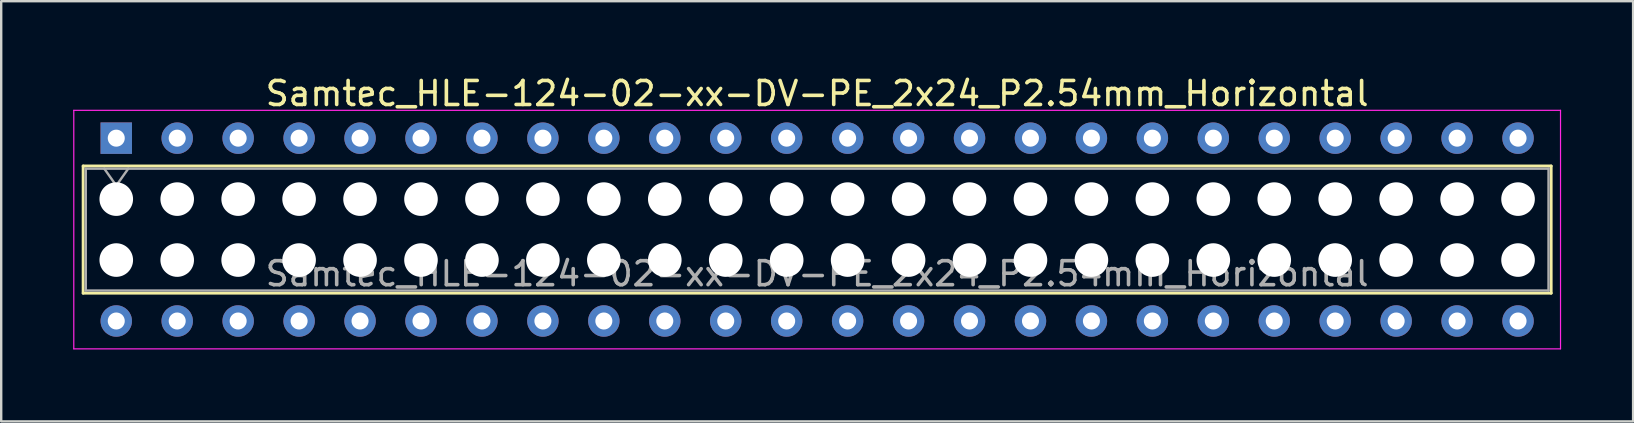
<source format=kicad_pcb>
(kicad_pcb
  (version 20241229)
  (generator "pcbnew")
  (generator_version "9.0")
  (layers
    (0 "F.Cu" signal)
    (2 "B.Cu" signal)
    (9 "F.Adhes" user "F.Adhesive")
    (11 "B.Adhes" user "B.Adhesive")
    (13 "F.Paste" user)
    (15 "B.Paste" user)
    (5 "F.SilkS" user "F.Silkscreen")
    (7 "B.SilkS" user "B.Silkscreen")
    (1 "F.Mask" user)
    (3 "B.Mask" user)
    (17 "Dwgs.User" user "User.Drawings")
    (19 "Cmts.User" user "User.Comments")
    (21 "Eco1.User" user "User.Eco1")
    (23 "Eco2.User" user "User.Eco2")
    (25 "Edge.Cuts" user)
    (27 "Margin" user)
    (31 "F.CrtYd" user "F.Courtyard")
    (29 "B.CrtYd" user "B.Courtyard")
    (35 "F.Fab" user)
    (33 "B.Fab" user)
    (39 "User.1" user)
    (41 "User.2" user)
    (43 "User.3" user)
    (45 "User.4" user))
  (footprint "Samtec_HLE-124-02-xx-DV-PE_2x24_P2.54mm_Horizontal"
    (layer "F.Cu")
    (at 1.795 2.708)
    (property "Reference" "Samtec_HLE-124-02-xx-DV-PE_2x24_P2.54mm_Horizontal" (at 29.21 -1.86 0) (layer "F.SilkS") (effects (font (size 1 1) (thickness 0.15))))
    (attr through_hole)
    (fp_line (start -1.38 1.16) (end 59.8 1.16) (stroke (width 0.12) (type solid)) (layer "F.SilkS"))
    (fp_line (start -1.38 6.46) (end -1.38 1.16) (stroke (width 0.12) (type solid)) (layer "F.SilkS"))
    (fp_line (start 59.8 1.16) (end 59.8 6.46) (stroke (width 0.12) (type solid)) (layer "F.SilkS"))
    (fp_line (start 59.8 6.46) (end -1.38 6.46) (stroke (width 0.12) (type solid)) (layer "F.SilkS"))
    (fp_line (start -1.77 -1.16) (end 60.19 -1.16) (stroke (width 0.05) (type solid)) (layer "F.CrtYd"))
    (fp_line (start -1.77 8.78) (end -1.77 -1.16) (stroke (width 0.05) (type solid)) (layer "F.CrtYd"))
    (fp_line (start 60.19 -1.16) (end 60.19 8.78) (stroke (width 0.05) (type solid)) (layer "F.CrtYd"))
    (fp_line (start 60.19 8.78) (end -1.77 8.78) (stroke (width 0.05) (type solid)) (layer "F.CrtYd"))
    (fp_line (start -1.27 1.27) (end 59.69 1.27) (stroke (width 0.1) (type solid)) (layer "F.Fab"))
    (fp_line (start -1.27 6.35) (end -1.27 1.27) (stroke (width 0.1) (type solid)) (layer "F.Fab"))
    (fp_line (start -0.5 1.27) (end 0 1.977) (stroke (width 0.1) (type solid)) (layer "F.Fab"))
    (fp_line (start 0 1.977) (end 0.5 1.27) (stroke (width 0.1) (type solid)) (layer "F.Fab"))
    (fp_line (start 59.69 1.27) (end 59.69 6.35) (stroke (width 0.1) (type solid)) (layer "F.Fab"))
    (fp_line (start 59.69 6.35) (end -1.27 6.35) (stroke (width 0.1) (type solid)) (layer "F.Fab"))
    (fp_text user "${REFERENCE}" (at 29.21 5.65 0) (layer "F.Fab") (effects (font (size 1 1) (thickness 0.15))))
    (pad "" np_thru_hole circle (at 0 2.54) (size 1.4 1.4) (drill 1.4) (layers "*.Cu" "*.Mask"))
    (pad "" np_thru_hole circle (at 0 5.08) (size 1.4 1.4) (drill 1.4) (layers "*.Cu" "*.Mask"))
    (pad "" np_thru_hole circle (at 2.54 2.54) (size 1.4 1.4) (drill 1.4) (layers "*.Cu" "*.Mask"))
    (pad "" np_thru_hole circle (at 2.54 5.08) (size 1.4 1.4) (drill 1.4) (layers "*.Cu" "*.Mask"))
    (pad "" np_thru_hole circle (at 5.08 2.54) (size 1.4 1.4) (drill 1.4) (layers "*.Cu" "*.Mask"))
    (pad "" np_thru_hole circle (at 5.08 5.08) (size 1.4 1.4) (drill 1.4) (layers "*.Cu" "*.Mask"))
    (pad "" np_thru_hole circle (at 7.62 2.54) (size 1.4 1.4) (drill 1.4) (layers "*.Cu" "*.Mask"))
    (pad "" np_thru_hole circle (at 7.62 5.08) (size 1.4 1.4) (drill 1.4) (layers "*.Cu" "*.Mask"))
    (pad "" np_thru_hole circle (at 10.16 2.54) (size 1.4 1.4) (drill 1.4) (layers "*.Cu" "*.Mask"))
    (pad "" np_thru_hole circle (at 10.16 5.08) (size 1.4 1.4) (drill 1.4) (layers "*.Cu" "*.Mask"))
    (pad "" np_thru_hole circle (at 12.7 2.54) (size 1.4 1.4) (drill 1.4) (layers "*.Cu" "*.Mask"))
    (pad "" np_thru_hole circle (at 12.7 5.08) (size 1.4 1.4) (drill 1.4) (layers "*.Cu" "*.Mask"))
    (pad "" np_thru_hole circle (at 15.24 2.54) (size 1.4 1.4) (drill 1.4) (layers "*.Cu" "*.Mask"))
    (pad "" np_thru_hole circle (at 15.24 5.08) (size 1.4 1.4) (drill 1.4) (layers "*.Cu" "*.Mask"))
    (pad "" np_thru_hole circle (at 17.78 2.54) (size 1.4 1.4) (drill 1.4) (layers "*.Cu" "*.Mask"))
    (pad "" np_thru_hole circle (at 17.78 5.08) (size 1.4 1.4) (drill 1.4) (layers "*.Cu" "*.Mask"))
    (pad "" np_thru_hole circle (at 20.32 2.54) (size 1.4 1.4) (drill 1.4) (layers "*.Cu" "*.Mask"))
    (pad "" np_thru_hole circle (at 20.32 5.08) (size 1.4 1.4) (drill 1.4) (layers "*.Cu" "*.Mask"))
    (pad "" np_thru_hole circle (at 22.86 2.54) (size 1.4 1.4) (drill 1.4) (layers "*.Cu" "*.Mask"))
    (pad "" np_thru_hole circle (at 22.86 5.08) (size 1.4 1.4) (drill 1.4) (layers "*.Cu" "*.Mask"))
    (pad "" np_thru_hole circle (at 25.4 2.54) (size 1.4 1.4) (drill 1.4) (layers "*.Cu" "*.Mask"))
    (pad "" np_thru_hole circle (at 25.4 5.08) (size 1.4 1.4) (drill 1.4) (layers "*.Cu" "*.Mask"))
    (pad "" np_thru_hole circle (at 27.94 2.54) (size 1.4 1.4) (drill 1.4) (layers "*.Cu" "*.Mask"))
    (pad "" np_thru_hole circle (at 27.94 5.08) (size 1.4 1.4) (drill 1.4) (layers "*.Cu" "*.Mask"))
    (pad "" np_thru_hole circle (at 30.48 2.54) (size 1.4 1.4) (drill 1.4) (layers "*.Cu" "*.Mask"))
    (pad "" np_thru_hole circle (at 30.48 5.08) (size 1.4 1.4) (drill 1.4) (layers "*.Cu" "*.Mask"))
    (pad "" np_thru_hole circle (at 33.02 2.54) (size 1.4 1.4) (drill 1.4) (layers "*.Cu" "*.Mask"))
    (pad "" np_thru_hole circle (at 33.02 5.08) (size 1.4 1.4) (drill 1.4) (layers "*.Cu" "*.Mask"))
    (pad "" np_thru_hole circle (at 35.56 2.54) (size 1.4 1.4) (drill 1.4) (layers "*.Cu" "*.Mask"))
    (pad "" np_thru_hole circle (at 35.56 5.08) (size 1.4 1.4) (drill 1.4) (layers "*.Cu" "*.Mask"))
    (pad "" np_thru_hole circle (at 38.1 2.54) (size 1.4 1.4) (drill 1.4) (layers "*.Cu" "*.Mask"))
    (pad "" np_thru_hole circle (at 38.1 5.08) (size 1.4 1.4) (drill 1.4) (layers "*.Cu" "*.Mask"))
    (pad "" np_thru_hole circle (at 40.64 2.54) (size 1.4 1.4) (drill 1.4) (layers "*.Cu" "*.Mask"))
    (pad "" np_thru_hole circle (at 40.64 5.08) (size 1.4 1.4) (drill 1.4) (layers "*.Cu" "*.Mask"))
    (pad "" np_thru_hole circle (at 43.18 2.54) (size 1.4 1.4) (drill 1.4) (layers "*.Cu" "*.Mask"))
    (pad "" np_thru_hole circle (at 43.18 5.08) (size 1.4 1.4) (drill 1.4) (layers "*.Cu" "*.Mask"))
    (pad "" np_thru_hole circle (at 45.72 2.54) (size 1.4 1.4) (drill 1.4) (layers "*.Cu" "*.Mask"))
    (pad "" np_thru_hole circle (at 45.72 5.08) (size 1.4 1.4) (drill 1.4) (layers "*.Cu" "*.Mask"))
    (pad "" np_thru_hole circle (at 48.26 2.54) (size 1.4 1.4) (drill 1.4) (layers "*.Cu" "*.Mask"))
    (pad "" np_thru_hole circle (at 48.26 5.08) (size 1.4 1.4) (drill 1.4) (layers "*.Cu" "*.Mask"))
    (pad "" np_thru_hole circle (at 50.8 2.54) (size 1.4 1.4) (drill 1.4) (layers "*.Cu" "*.Mask"))
    (pad "" np_thru_hole circle (at 50.8 5.08) (size 1.4 1.4) (drill 1.4) (layers "*.Cu" "*.Mask"))
    (pad "" np_thru_hole circle (at 53.34 2.54) (size 1.4 1.4) (drill 1.4) (layers "*.Cu" "*.Mask"))
    (pad "" np_thru_hole circle (at 53.34 5.08) (size 1.4 1.4) (drill 1.4) (layers "*.Cu" "*.Mask"))
    (pad "" np_thru_hole circle (at 55.88 2.54) (size 1.4 1.4) (drill 1.4) (layers "*.Cu" "*.Mask"))
    (pad "" np_thru_hole circle (at 55.88 5.08) (size 1.4 1.4) (drill 1.4) (layers "*.Cu" "*.Mask"))
    (pad "" np_thru_hole circle (at 58.42 2.54) (size 1.4 1.4) (drill 1.4) (layers "*.Cu" "*.Mask"))
    (pad "" np_thru_hole circle (at 58.42 5.08) (size 1.4 1.4) (drill 1.4) (layers "*.Cu" "*.Mask"))
    (pad "1" thru_hole rect (at 0 0) (size 1.31 1.31) (drill 0.71) (layers "*.Cu" "*.Mask"))
    (pad "2" thru_hole circle (at 0 7.62) (size 1.31 1.31) (drill 0.71) (layers "*.Cu" "*.Mask"))
    (pad "3" thru_hole circle (at 2.54 0) (size 1.31 1.31) (drill 0.71) (layers "*.Cu" "*.Mask"))
    (pad "4" thru_hole circle (at 2.54 7.62) (size 1.31 1.31) (drill 0.71) (layers "*.Cu" "*.Mask"))
    (pad "5" thru_hole circle (at 5.08 0) (size 1.31 1.31) (drill 0.71) (layers "*.Cu" "*.Mask"))
    (pad "6" thru_hole circle (at 5.08 7.62) (size 1.31 1.31) (drill 0.71) (layers "*.Cu" "*.Mask"))
    (pad "7" thru_hole circle (at 7.62 0) (size 1.31 1.31) (drill 0.71) (layers "*.Cu" "*.Mask"))
    (pad "8" thru_hole circle (at 7.62 7.62) (size 1.31 1.31) (drill 0.71) (layers "*.Cu" "*.Mask"))
    (pad "9" thru_hole circle (at 10.16 0) (size 1.31 1.31) (drill 0.71) (layers "*.Cu" "*.Mask"))
    (pad "10" thru_hole circle (at 10.16 7.62) (size 1.31 1.31) (drill 0.71) (layers "*.Cu" "*.Mask"))
    (pad "11" thru_hole circle (at 12.7 0) (size 1.31 1.31) (drill 0.71) (layers "*.Cu" "*.Mask"))
    (pad "12" thru_hole circle (at 12.7 7.62) (size 1.31 1.31) (drill 0.71) (layers "*.Cu" "*.Mask"))
    (pad "13" thru_hole circle (at 15.24 0) (size 1.31 1.31) (drill 0.71) (layers "*.Cu" "*.Mask"))
    (pad "14" thru_hole circle (at 15.24 7.62) (size 1.31 1.31) (drill 0.71) (layers "*.Cu" "*.Mask"))
    (pad "15" thru_hole circle (at 17.78 0) (size 1.31 1.31) (drill 0.71) (layers "*.Cu" "*.Mask"))
    (pad "16" thru_hole circle (at 17.78 7.62) (size 1.31 1.31) (drill 0.71) (layers "*.Cu" "*.Mask"))
    (pad "17" thru_hole circle (at 20.32 0) (size 1.31 1.31) (drill 0.71) (layers "*.Cu" "*.Mask"))
    (pad "18" thru_hole circle (at 20.32 7.62) (size 1.31 1.31) (drill 0.71) (layers "*.Cu" "*.Mask"))
    (pad "19" thru_hole circle (at 22.86 0) (size 1.31 1.31) (drill 0.71) (layers "*.Cu" "*.Mask"))
    (pad "20" thru_hole circle (at 22.86 7.62) (size 1.31 1.31) (drill 0.71) (layers "*.Cu" "*.Mask"))
    (pad "21" thru_hole circle (at 25.4 0) (size 1.31 1.31) (drill 0.71) (layers "*.Cu" "*.Mask"))
    (pad "22" thru_hole circle (at 25.4 7.62) (size 1.31 1.31) (drill 0.71) (layers "*.Cu" "*.Mask"))
    (pad "23" thru_hole circle (at 27.94 0) (size 1.31 1.31) (drill 0.71) (layers "*.Cu" "*.Mask"))
    (pad "24" thru_hole circle (at 27.94 7.62) (size 1.31 1.31) (drill 0.71) (layers "*.Cu" "*.Mask"))
    (pad "25" thru_hole circle (at 30.48 0) (size 1.31 1.31) (drill 0.71) (layers "*.Cu" "*.Mask"))
    (pad "26" thru_hole circle (at 30.48 7.62) (size 1.31 1.31) (drill 0.71) (layers "*.Cu" "*.Mask"))
    (pad "27" thru_hole circle (at 33.02 0) (size 1.31 1.31) (drill 0.71) (layers "*.Cu" "*.Mask"))
    (pad "28" thru_hole circle (at 33.02 7.62) (size 1.31 1.31) (drill 0.71) (layers "*.Cu" "*.Mask"))
    (pad "29" thru_hole circle (at 35.56 0) (size 1.31 1.31) (drill 0.71) (layers "*.Cu" "*.Mask"))
    (pad "30" thru_hole circle (at 35.56 7.62) (size 1.31 1.31) (drill 0.71) (layers "*.Cu" "*.Mask"))
    (pad "31" thru_hole circle (at 38.1 0) (size 1.31 1.31) (drill 0.71) (layers "*.Cu" "*.Mask"))
    (pad "32" thru_hole circle (at 38.1 7.62) (size 1.31 1.31) (drill 0.71) (layers "*.Cu" "*.Mask"))
    (pad "33" thru_hole circle (at 40.64 0) (size 1.31 1.31) (drill 0.71) (layers "*.Cu" "*.Mask"))
    (pad "34" thru_hole circle (at 40.64 7.62) (size 1.31 1.31) (drill 0.71) (layers "*.Cu" "*.Mask"))
    (pad "35" thru_hole circle (at 43.18 0) (size 1.31 1.31) (drill 0.71) (layers "*.Cu" "*.Mask"))
    (pad "36" thru_hole circle (at 43.18 7.62) (size 1.31 1.31) (drill 0.71) (layers "*.Cu" "*.Mask"))
    (pad "37" thru_hole circle (at 45.72 0) (size 1.31 1.31) (drill 0.71) (layers "*.Cu" "*.Mask"))
    (pad "38" thru_hole circle (at 45.72 7.62) (size 1.31 1.31) (drill 0.71) (layers "*.Cu" "*.Mask"))
    (pad "39" thru_hole circle (at 48.26 0) (size 1.31 1.31) (drill 0.71) (layers "*.Cu" "*.Mask"))
    (pad "40" thru_hole circle (at 48.26 7.62) (size 1.31 1.31) (drill 0.71) (layers "*.Cu" "*.Mask"))
    (pad "41" thru_hole circle (at 50.8 0) (size 1.31 1.31) (drill 0.71) (layers "*.Cu" "*.Mask"))
    (pad "42" thru_hole circle (at 50.8 7.62) (size 1.31 1.31) (drill 0.71) (layers "*.Cu" "*.Mask"))
    (pad "43" thru_hole circle (at 53.34 0) (size 1.31 1.31) (drill 0.71) (layers "*.Cu" "*.Mask"))
    (pad "44" thru_hole circle (at 53.34 7.62) (size 1.31 1.31) (drill 0.71) (layers "*.Cu" "*.Mask"))
    (pad "45" thru_hole circle (at 55.88 0) (size 1.31 1.31) (drill 0.71) (layers "*.Cu" "*.Mask"))
    (pad "46" thru_hole circle (at 55.88 7.62) (size 1.31 1.31) (drill 0.71) (layers "*.Cu" "*.Mask"))
    (pad "47" thru_hole circle (at 58.42 0) (size 1.31 1.31) (drill 0.71) (layers "*.Cu" "*.Mask"))
    (pad "48" thru_hole circle (at 58.42 7.62) (size 1.31 1.31) (drill 0.71) (layers "*.Cu" "*.Mask")))
  (gr_rect
    (start -3 -3)
    (end 65.01 14.513)
    (stroke (width 0.1) (type default))
    (fill no)
    (layer "Edge.Cuts")))
</source>
